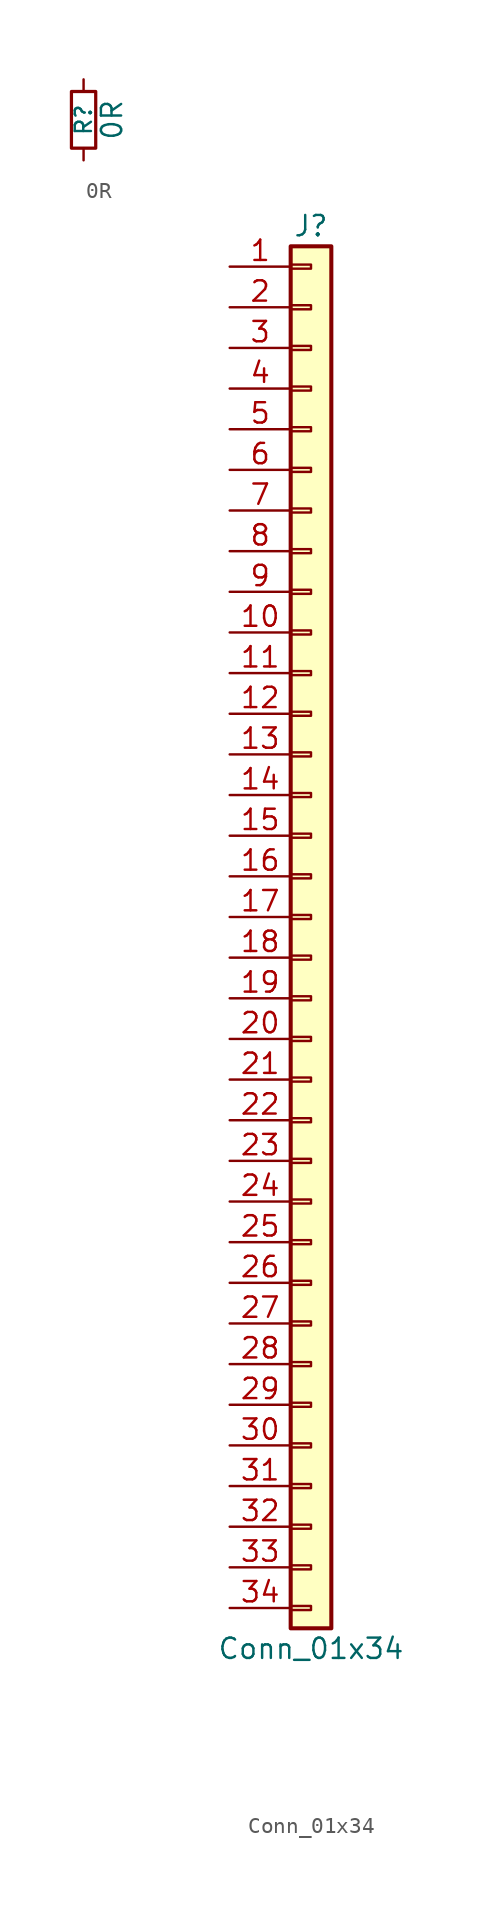
<source format=kicad_sym>
(kicad_symbol_lib
  (version 20241209)
  (generator "kicad_symbol_editor")
  (generator_version "9.0")
  (symbol "0R"
    (pin_numbers
      (hide yes))
    (pin_names
      (offset 0.254)
      (hide yes))
    (property "Reference" "R"
      (at 0 0 90)
      (effects (font (size 1.016 1.016))))
    (property "Value" "0R"
      (at 1.778 0 90)
      (effects (font (size 1.27 1.27))))
    (symbol "0R_0_1"
      (rectangle (start -0.762 1.778) (end 0.762 -1.778) (stroke (width 0.203) (type default)) (fill (type none))))
    (symbol "0R_1_1"
      (pin passive line (at 0 2.54 270) (length 0.762) (name "~" (effects (font (size 1.27 1.27)))) (number "1" (effects (font (size 1.27 1.27)))))
      (pin passive line (at 0 -2.54 90) (length 0.762) (name "~" (effects (font (size 1.27 1.27)))) (number "2" (effects (font (size 1.27 1.27)))))))
  (symbol "Conn_01x34"
    (pin_names
      (offset 1.016)
      (hide yes))
    (property "Reference" "J"
      (at 0 43.18 0)
      (effects (font (size 1.27 1.27))))
    (property "Value" "Conn_01x34"
      (at 0 -45.72 0)
      (effects (font (size 1.27 1.27))))
    (symbol "Conn_01x34_1_1"
      (rectangle (start -1.27 41.91) (end 1.27 -44.45) (stroke (width 0.254) (type default)) (fill (type background)))
      (rectangle (start -1.27 40.767) (end 0 40.513) (stroke (width 0.152) (type default)) (fill (type none)))
      (rectangle (start -1.27 38.227) (end 0 37.973) (stroke (width 0.152) (type default)) (fill (type none)))
      (rectangle (start -1.27 35.687) (end 0 35.433) (stroke (width 0.152) (type default)) (fill (type none)))
      (rectangle (start -1.27 33.147) (end 0 32.893) (stroke (width 0.152) (type default)) (fill (type none)))
      (rectangle (start -1.27 30.607) (end 0 30.353) (stroke (width 0.152) (type default)) (fill (type none)))
      (rectangle (start -1.27 28.067) (end 0 27.813) (stroke (width 0.152) (type default)) (fill (type none)))
      (rectangle (start -1.27 25.527) (end 0 25.273) (stroke (width 0.152) (type default)) (fill (type none)))
      (rectangle (start -1.27 22.987) (end 0 22.733) (stroke (width 0.152) (type default)) (fill (type none)))
      (rectangle (start -1.27 20.447) (end 0 20.193) (stroke (width 0.152) (type default)) (fill (type none)))
      (rectangle (start -1.27 17.907) (end 0 17.653) (stroke (width 0.152) (type default)) (fill (type none)))
      (rectangle (start -1.27 15.367) (end 0 15.113) (stroke (width 0.152) (type default)) (fill (type none)))
      (rectangle (start -1.27 12.827) (end 0 12.573) (stroke (width 0.152) (type default)) (fill (type none)))
      (rectangle (start -1.27 10.287) (end 0 10.033) (stroke (width 0.152) (type default)) (fill (type none)))
      (rectangle (start -1.27 7.747) (end 0 7.493) (stroke (width 0.152) (type default)) (fill (type none)))
      (rectangle (start -1.27 5.207) (end 0 4.953) (stroke (width 0.152) (type default)) (fill (type none)))
      (rectangle (start -1.27 2.667) (end 0 2.413) (stroke (width 0.152) (type default)) (fill (type none)))
      (rectangle (start -1.27 0.127) (end 0 -0.127) (stroke (width 0.152) (type default)) (fill (type none)))
      (rectangle (start -1.27 -2.413) (end 0 -2.667) (stroke (width 0.152) (type default)) (fill (type none)))
      (rectangle (start -1.27 -4.953) (end 0 -5.207) (stroke (width 0.152) (type default)) (fill (type none)))
      (rectangle (start -1.27 -7.493) (end 0 -7.747) (stroke (width 0.152) (type default)) (fill (type none)))
      (rectangle (start -1.27 -10.033) (end 0 -10.287) (stroke (width 0.152) (type default)) (fill (type none)))
      (rectangle (start -1.27 -12.573) (end 0 -12.827) (stroke (width 0.152) (type default)) (fill (type none)))
      (rectangle (start -1.27 -15.113) (end 0 -15.367) (stroke (width 0.152) (type default)) (fill (type none)))
      (rectangle (start -1.27 -17.653) (end 0 -17.907) (stroke (width 0.152) (type default)) (fill (type none)))
      (rectangle (start -1.27 -20.193) (end 0 -20.447) (stroke (width 0.152) (type default)) (fill (type none)))
      (rectangle (start -1.27 -22.733) (end 0 -22.987) (stroke (width 0.152) (type default)) (fill (type none)))
      (rectangle (start -1.27 -25.273) (end 0 -25.527) (stroke (width 0.152) (type default)) (fill (type none)))
      (rectangle (start -1.27 -27.813) (end 0 -28.067) (stroke (width 0.152) (type default)) (fill (type none)))
      (rectangle (start -1.27 -30.353) (end 0 -30.607) (stroke (width 0.152) (type default)) (fill (type none)))
      (rectangle (start -1.27 -32.893) (end 0 -33.147) (stroke (width 0.152) (type default)) (fill (type none)))
      (rectangle (start -1.27 -35.433) (end 0 -35.687) (stroke (width 0.152) (type default)) (fill (type none)))
      (rectangle (start -1.27 -37.973) (end 0 -38.227) (stroke (width 0.152) (type default)) (fill (type none)))
      (rectangle (start -1.27 -40.513) (end 0 -40.767) (stroke (width 0.152) (type default)) (fill (type none)))
      (rectangle (start -1.27 -43.053) (end 0 -43.307) (stroke (width 0.152) (type default)) (fill (type none)))
      (pin passive line (at -5.08 40.64 0) (length 3.81) (name "Pin_1" (effects (font (size 1.27 1.27)))) (number "1" (effects (font (size 1.27 1.27)))))
      (pin passive line (at -5.08 38.1 0) (length 3.81) (name "Pin_2" (effects (font (size 1.27 1.27)))) (number "2" (effects (font (size 1.27 1.27)))))
      (pin passive line (at -5.08 35.56 0) (length 3.81) (name "Pin_3" (effects (font (size 1.27 1.27)))) (number "3" (effects (font (size 1.27 1.27)))))
      (pin passive line (at -5.08 33.02 0) (length 3.81) (name "Pin_4" (effects (font (size 1.27 1.27)))) (number "4" (effects (font (size 1.27 1.27)))))
      (pin passive line (at -5.08 30.48 0) (length 3.81) (name "Pin_5" (effects (font (size 1.27 1.27)))) (number "5" (effects (font (size 1.27 1.27)))))
      (pin passive line (at -5.08 27.94 0) (length 3.81) (name "Pin_6" (effects (font (size 1.27 1.27)))) (number "6" (effects (font (size 1.27 1.27)))))
      (pin passive line (at -5.08 25.4 0) (length 3.81) (name "Pin_7" (effects (font (size 1.27 1.27)))) (number "7" (effects (font (size 1.27 1.27)))))
      (pin passive line (at -5.08 22.86 0) (length 3.81) (name "Pin_8" (effects (font (size 1.27 1.27)))) (number "8" (effects (font (size 1.27 1.27)))))
      (pin passive line (at -5.08 20.32 0) (length 3.81) (name "Pin_9" (effects (font (size 1.27 1.27)))) (number "9" (effects (font (size 1.27 1.27)))))
      (pin passive line (at -5.08 17.78 0) (length 3.81) (name "Pin_10" (effects (font (size 1.27 1.27)))) (number "10" (effects (font (size 1.27 1.27)))))
      (pin passive line (at -5.08 15.24 0) (length 3.81) (name "Pin_11" (effects (font (size 1.27 1.27)))) (number "11" (effects (font (size 1.27 1.27)))))
      (pin passive line (at -5.08 12.7 0) (length 3.81) (name "Pin_12" (effects (font (size 1.27 1.27)))) (number "12" (effects (font (size 1.27 1.27)))))
      (pin passive line (at -5.08 10.16 0) (length 3.81) (name "Pin_13" (effects (font (size 1.27 1.27)))) (number "13" (effects (font (size 1.27 1.27)))))
      (pin passive line (at -5.08 7.62 0) (length 3.81) (name "Pin_14" (effects (font (size 1.27 1.27)))) (number "14" (effects (font (size 1.27 1.27)))))
      (pin passive line (at -5.08 5.08 0) (length 3.81) (name "Pin_15" (effects (font (size 1.27 1.27)))) (number "15" (effects (font (size 1.27 1.27)))))
      (pin passive line (at -5.08 2.54 0) (length 3.81) (name "Pin_16" (effects (font (size 1.27 1.27)))) (number "16" (effects (font (size 1.27 1.27)))))
      (pin passive line (at -5.08 0 0) (length 3.81) (name "Pin_17" (effects (font (size 1.27 1.27)))) (number "17" (effects (font (size 1.27 1.27)))))
      (pin passive line (at -5.08 -2.54 0) (length 3.81) (name "Pin_18" (effects (font (size 1.27 1.27)))) (number "18" (effects (font (size 1.27 1.27)))))
      (pin passive line (at -5.08 -5.08 0) (length 3.81) (name "Pin_19" (effects (font (size 1.27 1.27)))) (number "19" (effects (font (size 1.27 1.27)))))
      (pin passive line (at -5.08 -7.62 0) (length 3.81) (name "Pin_20" (effects (font (size 1.27 1.27)))) (number "20" (effects (font (size 1.27 1.27)))))
      (pin passive line (at -5.08 -10.16 0) (length 3.81) (name "Pin_21" (effects (font (size 1.27 1.27)))) (number "21" (effects (font (size 1.27 1.27)))))
      (pin passive line (at -5.08 -12.7 0) (length 3.81) (name "Pin_22" (effects (font (size 1.27 1.27)))) (number "22" (effects (font (size 1.27 1.27)))))
      (pin passive line (at -5.08 -15.24 0) (length 3.81) (name "Pin_23" (effects (font (size 1.27 1.27)))) (number "23" (effects (font (size 1.27 1.27)))))
      (pin passive line (at -5.08 -17.78 0) (length 3.81) (name "Pin_24" (effects (font (size 1.27 1.27)))) (number "24" (effects (font (size 1.27 1.27)))))
      (pin passive line (at -5.08 -20.32 0) (length 3.81) (name "Pin_25" (effects (font (size 1.27 1.27)))) (number "25" (effects (font (size 1.27 1.27)))))
      (pin passive line (at -5.08 -22.86 0) (length 3.81) (name "Pin_26" (effects (font (size 1.27 1.27)))) (number "26" (effects (font (size 1.27 1.27)))))
      (pin passive line (at -5.08 -25.4 0) (length 3.81) (name "Pin_27" (effects (font (size 1.27 1.27)))) (number "27" (effects (font (size 1.27 1.27)))))
      (pin passive line (at -5.08 -27.94 0) (length 3.81) (name "Pin_28" (effects (font (size 1.27 1.27)))) (number "28" (effects (font (size 1.27 1.27)))))
      (pin passive line (at -5.08 -30.48 0) (length 3.81) (name "Pin_29" (effects (font (size 1.27 1.27)))) (number "29" (effects (font (size 1.27 1.27)))))
      (pin passive line (at -5.08 -33.02 0) (length 3.81) (name "Pin_30" (effects (font (size 1.27 1.27)))) (number "30" (effects (font (size 1.27 1.27)))))
      (pin passive line (at -5.08 -35.56 0) (length 3.81) (name "Pin_31" (effects (font (size 1.27 1.27)))) (number "31" (effects (font (size 1.27 1.27)))))
      (pin passive line (at -5.08 -38.1 0) (length 3.81) (name "Pin_32" (effects (font (size 1.27 1.27)))) (number "32" (effects (font (size 1.27 1.27)))))
      (pin passive line (at -5.08 -40.64 0) (length 3.81) (name "Pin_33" (effects (font (size 1.27 1.27)))) (number "33" (effects (font (size 1.27 1.27)))))
      (pin passive line (at -5.08 -43.18 0) (length 3.81) (name "Pin_34" (effects (font (size 1.27 1.27)))) (number "34" (effects (font (size 1.27 1.27))))))))
</source>
